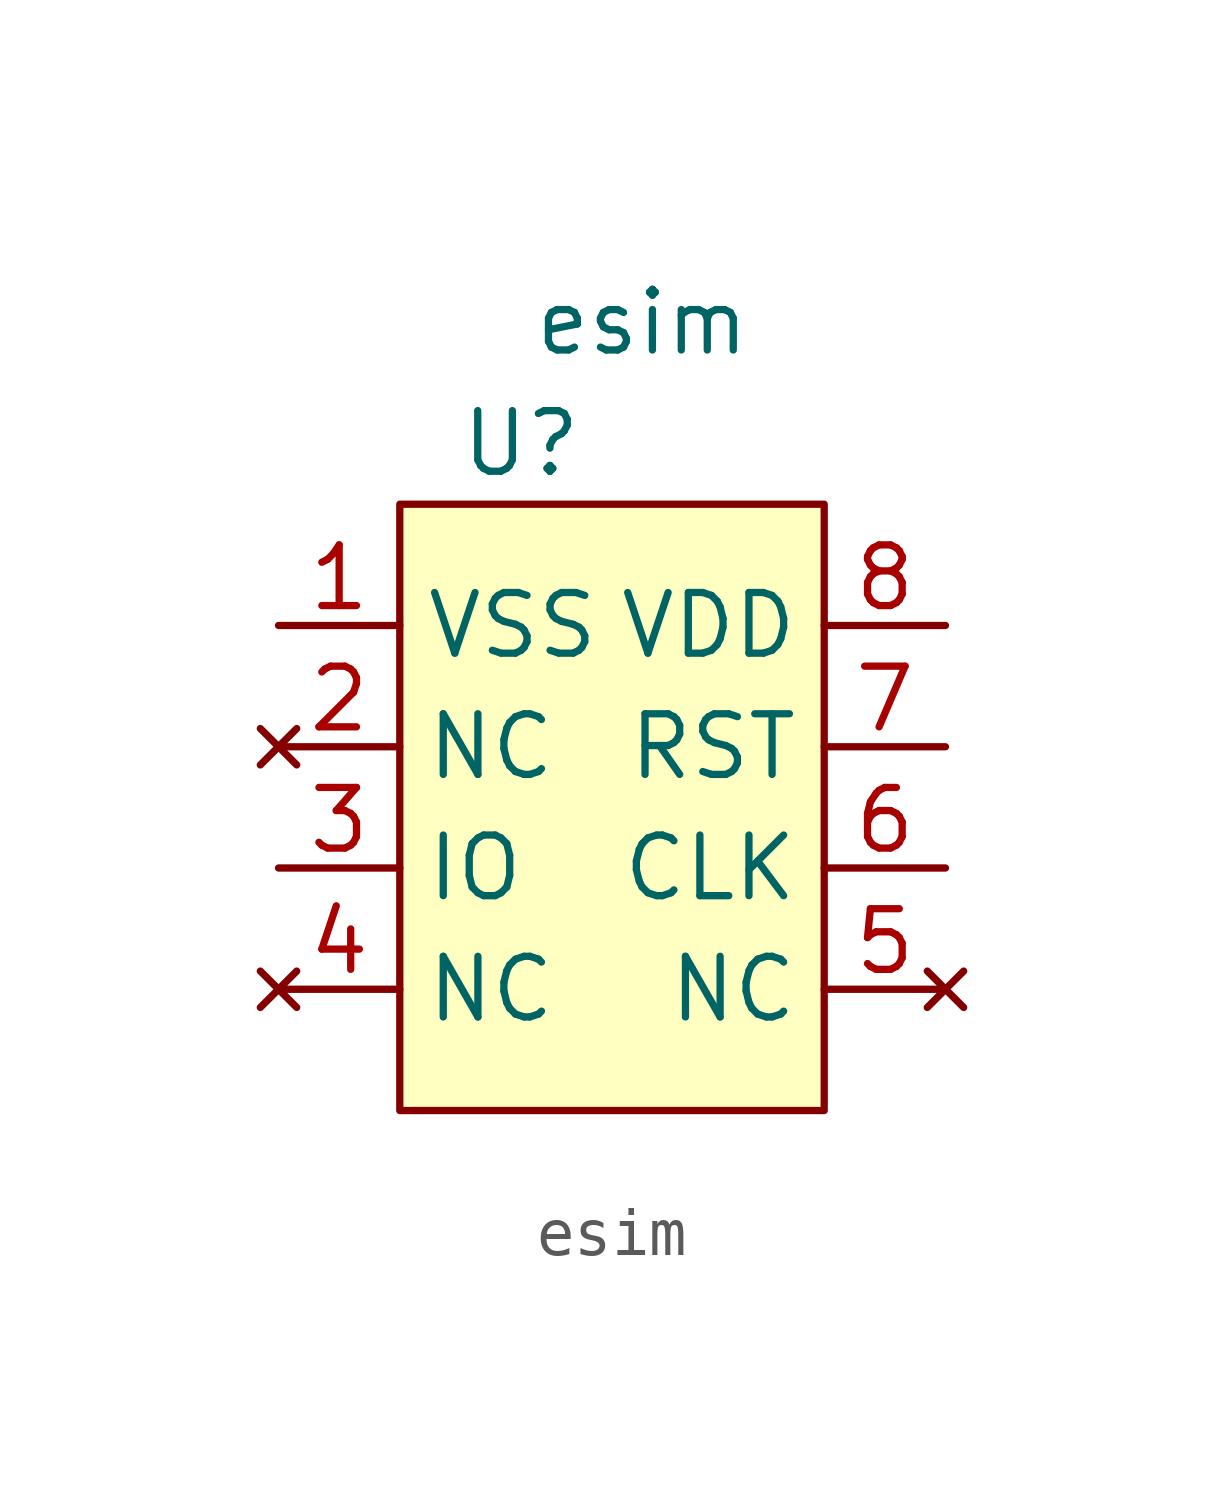
<source format=kicad_sym>
(kicad_symbol_lib
  (version 20211014)
  (generator kicad_symbol_editor)
  (symbol "esim"
    (property "Reference" "U"
      (at 2.54 1.27 0)
      (effects (font (size 1.27 1.27))))
    (property "Value" "esim"
      (at 5.08 3.81 0)
      (effects (font (size 1.27 1.27))))
    (symbol "esim_0_1"
      (rectangle (start 0 0) (end 8.89 -12.7) (stroke (width 0) (type default) (color 0 0 0 0)) (fill (type background))))
    (symbol "esim_1_1"
      (pin output line (at -2.54 -2.54 0) (length 2.54) (name "VSS" (effects (font (size 1.27 1.27)))) (number "1" (effects (font (size 1.27 1.27)))))
      (pin no_connect line (at -2.54 -5.08 0) (length 2.54) (name "NC" (effects (font (size 1.27 1.27)))) (number "2" (effects (font (size 1.27 1.27)))))
      (pin bidirectional line (at -2.54 -7.62 0) (length 2.54) (name "IO" (effects (font (size 1.27 1.27)))) (number "3" (effects (font (size 1.27 1.27)))))
      (pin no_connect line (at -2.54 -10.16 0) (length 2.54) (name "NC" (effects (font (size 1.27 1.27)))) (number "4" (effects (font (size 1.27 1.27)))))
      (pin no_connect line (at 11.43 -10.16 180) (length 2.54) (name "NC" (effects (font (size 1.27 1.27)))) (number "5" (effects (font (size 1.27 1.27)))))
      (pin bidirectional line (at 11.43 -7.62 180) (length 2.54) (name "CLK" (effects (font (size 1.27 1.27)))) (number "6" (effects (font (size 1.27 1.27)))))
      (pin bidirectional line (at 11.43 -5.08 180) (length 2.54) (name "RST" (effects (font (size 1.27 1.27)))) (number "7" (effects (font (size 1.27 1.27)))))
      (pin input line (at 11.43 -2.54 180) (length 2.54) (name "VDD" (effects (font (size 1.27 1.27)))) (number "8" (effects (font (size 1.27 1.27))))))))
</source>
